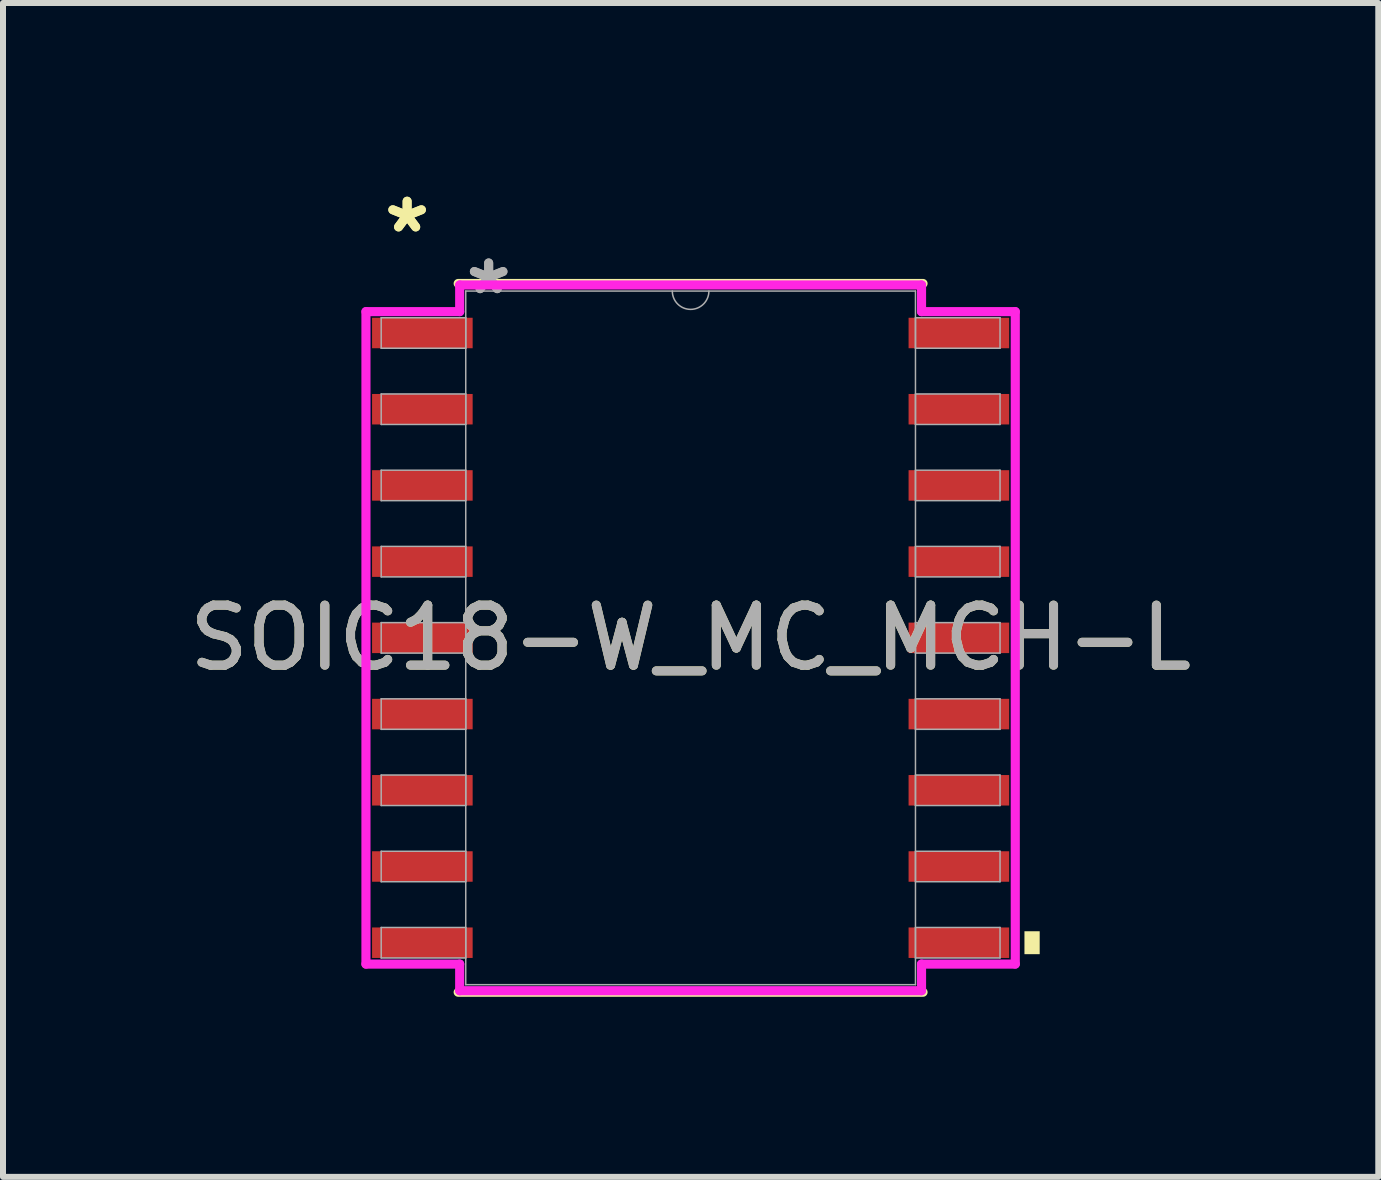
<source format=kicad_pcb>
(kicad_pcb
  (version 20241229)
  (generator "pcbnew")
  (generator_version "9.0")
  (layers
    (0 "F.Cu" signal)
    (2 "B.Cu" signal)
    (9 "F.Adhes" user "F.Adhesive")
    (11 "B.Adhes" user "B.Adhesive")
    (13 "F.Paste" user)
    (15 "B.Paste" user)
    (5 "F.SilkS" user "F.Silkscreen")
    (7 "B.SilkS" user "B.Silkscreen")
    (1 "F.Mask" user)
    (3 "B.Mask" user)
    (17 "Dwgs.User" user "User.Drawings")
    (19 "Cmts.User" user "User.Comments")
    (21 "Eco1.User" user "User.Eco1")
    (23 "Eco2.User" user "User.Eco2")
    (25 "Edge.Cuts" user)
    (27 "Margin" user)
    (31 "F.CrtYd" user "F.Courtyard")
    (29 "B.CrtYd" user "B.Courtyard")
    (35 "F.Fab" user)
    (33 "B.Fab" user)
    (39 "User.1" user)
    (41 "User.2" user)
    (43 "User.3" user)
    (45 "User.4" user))
  (footprint "SOIC18-W_MC_MCH-L"
    (layer "F.Cu")
    (at 8.458 7.579)
    (property "Reference" "SOIC18-W_MC_MCH-L" (at 0 0 0) (unlocked yes) (layer "F.SilkS") (effects (font (size 1 1) (thickness 0.15))))
    (attr smd)
    (fp_line (start -3.873 5.905) (end 3.873 5.905) (stroke (width 0.152) (type solid)) (layer "F.SilkS"))
    (fp_line (start 3.873 -5.905) (end -3.873 -5.905) (stroke (width 0.152) (type solid)) (layer "F.SilkS"))
    (fp_poly (pts (xy 5.817 4.889) (xy 5.817 5.271) (xy 5.563 5.271) (xy 5.563 4.889)) (stroke (width 0) (type solid)) (fill yes) (layer "F.SilkS"))
    (fp_line (start -5.41 -5.436) (end -3.848 -5.436) (stroke (width 0.152) (type solid)) (layer "F.CrtYd"))
    (fp_line (start -5.41 5.436) (end -5.41 -5.436) (stroke (width 0.152) (type solid)) (layer "F.CrtYd"))
    (fp_line (start -5.41 5.436) (end -3.848 5.436) (stroke (width 0.152) (type solid)) (layer "F.CrtYd"))
    (fp_line (start -3.848 -5.88) (end 3.848 -5.88) (stroke (width 0.152) (type solid)) (layer "F.CrtYd"))
    (fp_line (start -3.848 -5.436) (end -3.848 -5.88) (stroke (width 0.152) (type solid)) (layer "F.CrtYd"))
    (fp_line (start -3.848 5.88) (end -3.848 5.436) (stroke (width 0.152) (type solid)) (layer "F.CrtYd"))
    (fp_line (start 3.848 -5.88) (end 3.848 -5.436) (stroke (width 0.152) (type solid)) (layer "F.CrtYd"))
    (fp_line (start 3.848 5.436) (end 3.848 5.88) (stroke (width 0.152) (type solid)) (layer "F.CrtYd"))
    (fp_line (start 3.848 5.88) (end -3.848 5.88) (stroke (width 0.152) (type solid)) (layer "F.CrtYd"))
    (fp_line (start 5.41 -5.436) (end 3.848 -5.436) (stroke (width 0.152) (type solid)) (layer "F.CrtYd"))
    (fp_line (start 5.41 -5.436) (end 5.41 5.436) (stroke (width 0.152) (type solid)) (layer "F.CrtYd"))
    (fp_line (start 5.41 5.436) (end 3.848 5.436) (stroke (width 0.152) (type solid)) (layer "F.CrtYd"))
    (fp_line (start -5.156 -5.334) (end -5.156 -4.826) (stroke (width 0.025) (type solid)) (layer "F.Fab"))
    (fp_line (start -5.156 -4.826) (end -3.747 -4.826) (stroke (width 0.025) (type solid)) (layer "F.Fab"))
    (fp_line (start -5.156 -4.064) (end -5.156 -3.556) (stroke (width 0.025) (type solid)) (layer "F.Fab"))
    (fp_line (start -5.156 -3.556) (end -3.747 -3.556) (stroke (width 0.025) (type solid)) (layer "F.Fab"))
    (fp_line (start -5.156 -2.794) (end -5.156 -2.286) (stroke (width 0.025) (type solid)) (layer "F.Fab"))
    (fp_line (start -5.156 -2.286) (end -3.747 -2.286) (stroke (width 0.025) (type solid)) (layer "F.Fab"))
    (fp_line (start -5.156 -1.524) (end -5.156 -1.016) (stroke (width 0.025) (type solid)) (layer "F.Fab"))
    (fp_line (start -5.156 -1.016) (end -3.747 -1.016) (stroke (width 0.025) (type solid)) (layer "F.Fab"))
    (fp_line (start -5.156 -0.254) (end -5.156 0.254) (stroke (width 0.025) (type solid)) (layer "F.Fab"))
    (fp_line (start -5.156 0.254) (end -3.747 0.254) (stroke (width 0.025) (type solid)) (layer "F.Fab"))
    (fp_line (start -5.156 1.016) (end -5.156 1.524) (stroke (width 0.025) (type solid)) (layer "F.Fab"))
    (fp_line (start -5.156 1.524) (end -3.747 1.524) (stroke (width 0.025) (type solid)) (layer "F.Fab"))
    (fp_line (start -5.156 2.286) (end -5.156 2.794) (stroke (width 0.025) (type solid)) (layer "F.Fab"))
    (fp_line (start -5.156 2.794) (end -3.747 2.794) (stroke (width 0.025) (type solid)) (layer "F.Fab"))
    (fp_line (start -5.156 3.556) (end -5.156 4.064) (stroke (width 0.025) (type solid)) (layer "F.Fab"))
    (fp_line (start -5.156 4.064) (end -3.747 4.064) (stroke (width 0.025) (type solid)) (layer "F.Fab"))
    (fp_line (start -5.156 4.826) (end -5.156 5.334) (stroke (width 0.025) (type solid)) (layer "F.Fab"))
    (fp_line (start -5.156 5.334) (end -3.747 5.334) (stroke (width 0.025) (type solid)) (layer "F.Fab"))
    (fp_line (start -3.747 -5.779) (end -3.747 5.779) (stroke (width 0.025) (type solid)) (layer "F.Fab"))
    (fp_line (start -3.747 -5.334) (end -5.156 -5.334) (stroke (width 0.025) (type solid)) (layer "F.Fab"))
    (fp_line (start -3.747 -4.826) (end -3.747 -5.334) (stroke (width 0.025) (type solid)) (layer "F.Fab"))
    (fp_line (start -3.747 -4.064) (end -5.156 -4.064) (stroke (width 0.025) (type solid)) (layer "F.Fab"))
    (fp_line (start -3.747 -3.556) (end -3.747 -4.064) (stroke (width 0.025) (type solid)) (layer "F.Fab"))
    (fp_line (start -3.747 -2.794) (end -5.156 -2.794) (stroke (width 0.025) (type solid)) (layer "F.Fab"))
    (fp_line (start -3.747 -2.286) (end -3.747 -2.794) (stroke (width 0.025) (type solid)) (layer "F.Fab"))
    (fp_line (start -3.747 -1.524) (end -5.156 -1.524) (stroke (width 0.025) (type solid)) (layer "F.Fab"))
    (fp_line (start -3.747 -1.016) (end -3.747 -1.524) (stroke (width 0.025) (type solid)) (layer "F.Fab"))
    (fp_line (start -3.747 -0.254) (end -5.156 -0.254) (stroke (width 0.025) (type solid)) (layer "F.Fab"))
    (fp_line (start -3.747 0.254) (end -3.747 -0.254) (stroke (width 0.025) (type solid)) (layer "F.Fab"))
    (fp_line (start -3.747 1.016) (end -5.156 1.016) (stroke (width 0.025) (type solid)) (layer "F.Fab"))
    (fp_line (start -3.747 1.524) (end -3.747 1.016) (stroke (width 0.025) (type solid)) (layer "F.Fab"))
    (fp_line (start -3.747 2.286) (end -5.156 2.286) (stroke (width 0.025) (type solid)) (layer "F.Fab"))
    (fp_line (start -3.747 2.794) (end -3.747 2.286) (stroke (width 0.025) (type solid)) (layer "F.Fab"))
    (fp_line (start -3.747 3.556) (end -5.156 3.556) (stroke (width 0.025) (type solid)) (layer "F.Fab"))
    (fp_line (start -3.747 4.064) (end -3.747 3.556) (stroke (width 0.025) (type solid)) (layer "F.Fab"))
    (fp_line (start -3.747 4.826) (end -5.156 4.826) (stroke (width 0.025) (type solid)) (layer "F.Fab"))
    (fp_line (start -3.747 5.334) (end -3.747 4.826) (stroke (width 0.025) (type solid)) (layer "F.Fab"))
    (fp_line (start -3.747 5.779) (end 3.747 5.779) (stroke (width 0.025) (type solid)) (layer "F.Fab"))
    (fp_line (start 3.747 -5.779) (end -3.747 -5.779) (stroke (width 0.025) (type solid)) (layer "F.Fab"))
    (fp_line (start 3.747 -5.334) (end 3.747 -4.826) (stroke (width 0.025) (type solid)) (layer "F.Fab"))
    (fp_line (start 3.747 -4.826) (end 5.156 -4.826) (stroke (width 0.025) (type solid)) (layer "F.Fab"))
    (fp_line (start 3.747 -4.064) (end 3.747 -3.556) (stroke (width 0.025) (type solid)) (layer "F.Fab"))
    (fp_line (start 3.747 -3.556) (end 5.156 -3.556) (stroke (width 0.025) (type solid)) (layer "F.Fab"))
    (fp_line (start 3.747 -2.794) (end 3.747 -2.286) (stroke (width 0.025) (type solid)) (layer "F.Fab"))
    (fp_line (start 3.747 -2.286) (end 5.156 -2.286) (stroke (width 0.025) (type solid)) (layer "F.Fab"))
    (fp_line (start 3.747 -1.524) (end 3.747 -1.016) (stroke (width 0.025) (type solid)) (layer "F.Fab"))
    (fp_line (start 3.747 -1.016) (end 5.156 -1.016) (stroke (width 0.025) (type solid)) (layer "F.Fab"))
    (fp_line (start 3.747 -0.254) (end 3.747 0.254) (stroke (width 0.025) (type solid)) (layer "F.Fab"))
    (fp_line (start 3.747 0.254) (end 5.156 0.254) (stroke (width 0.025) (type solid)) (layer "F.Fab"))
    (fp_line (start 3.747 1.016) (end 3.747 1.524) (stroke (width 0.025) (type solid)) (layer "F.Fab"))
    (fp_line (start 3.747 1.524) (end 5.156 1.524) (stroke (width 0.025) (type solid)) (layer "F.Fab"))
    (fp_line (start 3.747 2.286) (end 3.747 2.794) (stroke (width 0.025) (type solid)) (layer "F.Fab"))
    (fp_line (start 3.747 2.794) (end 5.156 2.794) (stroke (width 0.025) (type solid)) (layer "F.Fab"))
    (fp_line (start 3.747 3.556) (end 3.747 4.064) (stroke (width 0.025) (type solid)) (layer "F.Fab"))
    (fp_line (start 3.747 4.064) (end 5.156 4.064) (stroke (width 0.025) (type solid)) (layer "F.Fab"))
    (fp_line (start 3.747 4.826) (end 3.747 5.334) (stroke (width 0.025) (type solid)) (layer "F.Fab"))
    (fp_line (start 3.747 5.334) (end 5.156 5.334) (stroke (width 0.025) (type solid)) (layer "F.Fab"))
    (fp_line (start 3.747 5.779) (end 3.747 -5.779) (stroke (width 0.025) (type solid)) (layer "F.Fab"))
    (fp_line (start 5.156 -5.334) (end 3.747 -5.334) (stroke (width 0.025) (type solid)) (layer "F.Fab"))
    (fp_line (start 5.156 -4.826) (end 5.156 -5.334) (stroke (width 0.025) (type solid)) (layer "F.Fab"))
    (fp_line (start 5.156 -4.064) (end 3.747 -4.064) (stroke (width 0.025) (type solid)) (layer "F.Fab"))
    (fp_line (start 5.156 -3.556) (end 5.156 -4.064) (stroke (width 0.025) (type solid)) (layer "F.Fab"))
    (fp_line (start 5.156 -2.794) (end 3.747 -2.794) (stroke (width 0.025) (type solid)) (layer "F.Fab"))
    (fp_line (start 5.156 -2.286) (end 5.156 -2.794) (stroke (width 0.025) (type solid)) (layer "F.Fab"))
    (fp_line (start 5.156 -1.524) (end 3.747 -1.524) (stroke (width 0.025) (type solid)) (layer "F.Fab"))
    (fp_line (start 5.156 -1.016) (end 5.156 -1.524) (stroke (width 0.025) (type solid)) (layer "F.Fab"))
    (fp_line (start 5.156 -0.254) (end 3.747 -0.254) (stroke (width 0.025) (type solid)) (layer "F.Fab"))
    (fp_line (start 5.156 0.254) (end 5.156 -0.254) (stroke (width 0.025) (type solid)) (layer "F.Fab"))
    (fp_line (start 5.156 1.016) (end 3.747 1.016) (stroke (width 0.025) (type solid)) (layer "F.Fab"))
    (fp_line (start 5.156 1.524) (end 5.156 1.016) (stroke (width 0.025) (type solid)) (layer "F.Fab"))
    (fp_line (start 5.156 2.286) (end 3.747 2.286) (stroke (width 0.025) (type solid)) (layer "F.Fab"))
    (fp_line (start 5.156 2.794) (end 5.156 2.286) (stroke (width 0.025) (type solid)) (layer "F.Fab"))
    (fp_line (start 5.156 3.556) (end 3.747 3.556) (stroke (width 0.025) (type solid)) (layer "F.Fab"))
    (fp_line (start 5.156 4.064) (end 5.156 3.556) (stroke (width 0.025) (type solid)) (layer "F.Fab"))
    (fp_line (start 5.156 4.826) (end 3.747 4.826) (stroke (width 0.025) (type solid)) (layer "F.Fab"))
    (fp_line (start 5.156 5.334) (end 5.156 4.826) (stroke (width 0.025) (type solid)) (layer "F.Fab"))
    (fp_arc (start 0.3048 -5.7785) (mid 0 -5.4737) (end -0.3048 -5.7785) (stroke (width 0.0254) (type solid)) (layer "F.Fab"))
    (fp_text user "*" (at -4.724 -6.731 0) (unlocked yes) (layer "F.SilkS") (effects (font (size 1 1) (thickness 0.15))))
    (fp_text user "*" (at -4.724 -6.731 0) (layer "F.SilkS") (effects (font (size 1 1) (thickness 0.15))))
    (fp_text user "*" (at -3.365 -5.702 0) (unlocked yes) (layer "F.Fab") (effects (font (size 1 1) (thickness 0.15))))
    (fp_text user "*" (at -3.365 -5.702 0) (layer "F.Fab") (effects (font (size 1 1) (thickness 0.15))))
    (fp_text user "${REFERENCE}" (at 0 0 0) (unlocked yes) (layer "F.Fab") (effects (font (size 1 1) (thickness 0.15))))
    (pad "1" smd rect (at -4.47 -5.08) (size 1.676 0.508) (layers "F.Cu" "F.Mask" "F.Paste"))
    (pad "2" smd rect (at -4.47 -3.81) (size 1.676 0.508) (layers "F.Cu" "F.Mask" "F.Paste"))
    (pad "3" smd rect (at -4.47 -2.54) (size 1.676 0.508) (layers "F.Cu" "F.Mask" "F.Paste"))
    (pad "4" smd rect (at -4.47 -1.27) (size 1.676 0.508) (layers "F.Cu" "F.Mask" "F.Paste"))
    (pad "5" smd rect (at -4.47 0) (size 1.676 0.508) (layers "F.Cu" "F.Mask" "F.Paste"))
    (pad "6" smd rect (at -4.47 1.27) (size 1.676 0.508) (layers "F.Cu" "F.Mask" "F.Paste"))
    (pad "7" smd rect (at -4.47 2.54) (size 1.676 0.508) (layers "F.Cu" "F.Mask" "F.Paste"))
    (pad "8" smd rect (at -4.47 3.81) (size 1.676 0.508) (layers "F.Cu" "F.Mask" "F.Paste"))
    (pad "9" smd rect (at -4.47 5.08) (size 1.676 0.508) (layers "F.Cu" "F.Mask" "F.Paste"))
    (pad "10" smd rect (at 4.47 5.08) (size 1.676 0.508) (layers "F.Cu" "F.Mask" "F.Paste"))
    (pad "11" smd rect (at 4.47 3.81) (size 1.676 0.508) (layers "F.Cu" "F.Mask" "F.Paste"))
    (pad "12" smd rect (at 4.47 2.54) (size 1.676 0.508) (layers "F.Cu" "F.Mask" "F.Paste"))
    (pad "13" smd rect (at 4.47 1.27) (size 1.676 0.508) (layers "F.Cu" "F.Mask" "F.Paste"))
    (pad "14" smd rect (at 4.47 0) (size 1.676 0.508) (layers "F.Cu" "F.Mask" "F.Paste"))
    (pad "15" smd rect (at 4.47 -1.27) (size 1.676 0.508) (layers "F.Cu" "F.Mask" "F.Paste"))
    (pad "16" smd rect (at 4.47 -2.54) (size 1.676 0.508) (layers "F.Cu" "F.Mask" "F.Paste"))
    (pad "17" smd rect (at 4.47 -3.81) (size 1.676 0.508) (layers "F.Cu" "F.Mask" "F.Paste"))
    (pad "18" smd rect (at 4.47 -5.08) (size 1.676 0.508) (layers "F.Cu" "F.Mask" "F.Paste")))
  (gr_rect
    (start -3 -3)
    (end 19.917 16.561)
    (stroke (width 0.1) (type default))
    (fill no)
    (layer "Edge.Cuts")))
</source>
